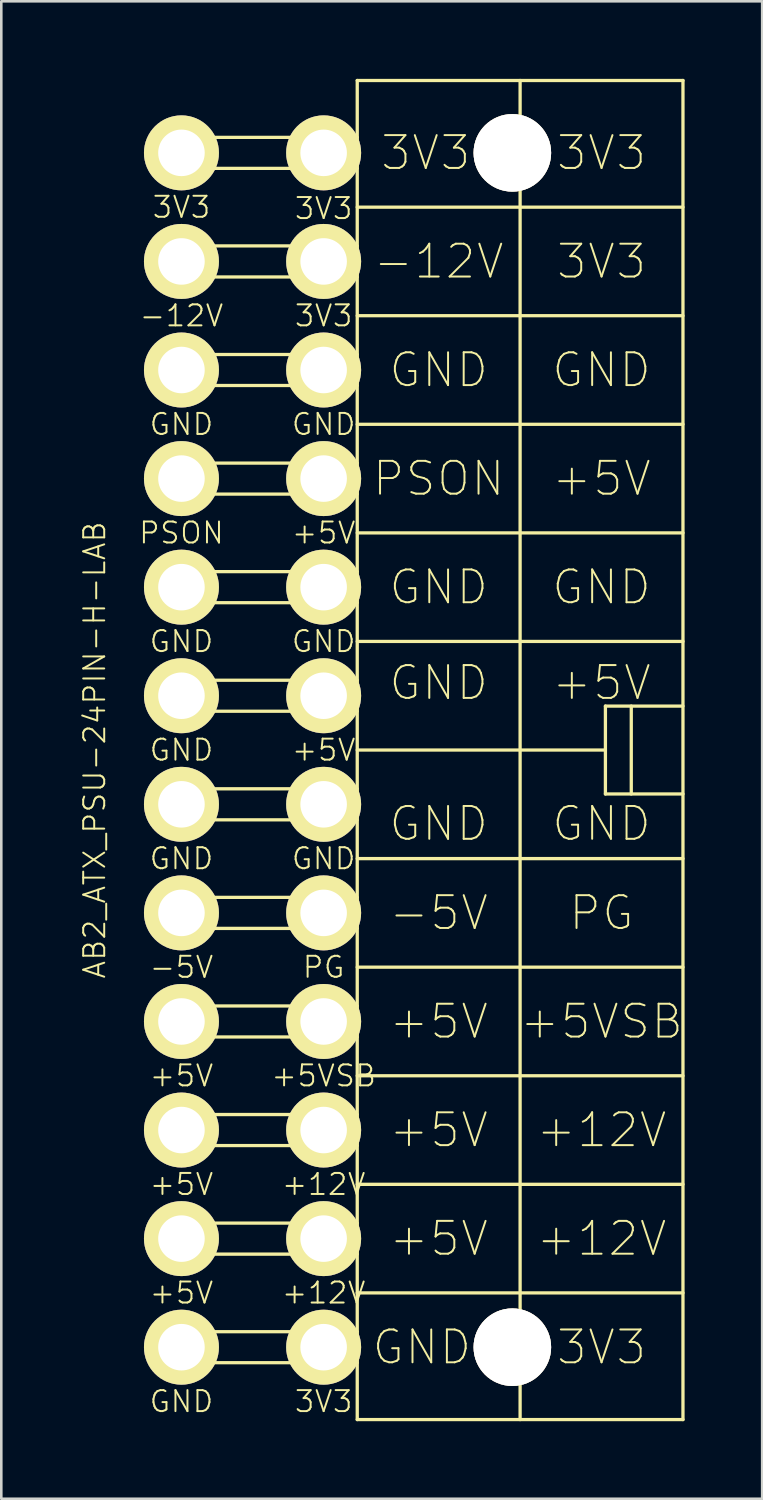
<source format=kicad_pcb>
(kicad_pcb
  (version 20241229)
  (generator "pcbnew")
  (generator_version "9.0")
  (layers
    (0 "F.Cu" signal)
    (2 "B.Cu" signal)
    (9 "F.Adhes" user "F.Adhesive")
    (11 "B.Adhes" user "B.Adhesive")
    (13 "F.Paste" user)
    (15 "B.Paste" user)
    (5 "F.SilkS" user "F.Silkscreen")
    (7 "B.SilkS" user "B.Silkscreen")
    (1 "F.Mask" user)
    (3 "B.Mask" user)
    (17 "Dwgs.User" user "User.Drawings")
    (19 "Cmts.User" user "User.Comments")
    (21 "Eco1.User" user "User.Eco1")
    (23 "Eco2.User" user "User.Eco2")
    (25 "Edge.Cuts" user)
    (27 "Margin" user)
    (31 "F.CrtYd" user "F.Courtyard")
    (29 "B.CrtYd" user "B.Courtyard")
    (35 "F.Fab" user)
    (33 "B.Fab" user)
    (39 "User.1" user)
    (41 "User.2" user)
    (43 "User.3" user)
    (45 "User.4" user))
  (footprint "AB2_ATX_PSU-24PIN-H-LAB"
    (layer "F.Cu")
    (at 10.769 25.963)
    (property "Reference" "AB2_ATX_PSU-24PIN-H-LAB" (at -10.16 0 90) (layer "F.SilkS") (effects (font (size 0.813 0.813) (thickness 0.076))))
    (attr through_hole)
    (fp_line (start 0 -25.9) (end 12.6 -25.9) (stroke (width 0.127) (type solid)) (layer "F.SilkS"))
    (fp_line (start 0 -23.7) (end -6.8 -23.7) (stroke (width 0.127) (type solid)) (layer "F.SilkS"))
    (fp_line (start 0 -22.5) (end -6.8 -22.5) (stroke (width 0.127) (type solid)) (layer "F.SilkS"))
    (fp_line (start 0 -21) (end 12.6 -21) (stroke (width 0.127) (type solid)) (layer "F.SilkS"))
    (fp_line (start 0 -19.5) (end -6.8 -19.5) (stroke (width 0.127) (type solid)) (layer "F.SilkS"))
    (fp_line (start 0 -18.3) (end -6.8 -18.3) (stroke (width 0.127) (type solid)) (layer "F.SilkS"))
    (fp_line (start 0 -16.8) (end 12.6 -16.8) (stroke (width 0.127) (type solid)) (layer "F.SilkS"))
    (fp_line (start 0 -15.3) (end -6.8 -15.3) (stroke (width 0.127) (type solid)) (layer "F.SilkS"))
    (fp_line (start 0 -14.1) (end -6.8 -14.1) (stroke (width 0.127) (type solid)) (layer "F.SilkS"))
    (fp_line (start 0 -12.6) (end 12.6 -12.6) (stroke (width 0.127) (type solid)) (layer "F.SilkS"))
    (fp_line (start 0 -11.1) (end -6.8 -11.1) (stroke (width 0.127) (type solid)) (layer "F.SilkS"))
    (fp_line (start 0 -9.9) (end -6.8 -9.9) (stroke (width 0.127) (type solid)) (layer "F.SilkS"))
    (fp_line (start 0 -8.4) (end 12.6 -8.4) (stroke (width 0.127) (type solid)) (layer "F.SilkS"))
    (fp_line (start 0 -6.9) (end -6.8 -6.9) (stroke (width 0.127) (type solid)) (layer "F.SilkS"))
    (fp_line (start 0 -5.7) (end -6.8 -5.7) (stroke (width 0.127) (type solid)) (layer "F.SilkS"))
    (fp_line (start 0 -4.2) (end 12.6 -4.2) (stroke (width 0.127) (type solid)) (layer "F.SilkS"))
    (fp_line (start 0 -2.7) (end -6.8 -2.7) (stroke (width 0.127) (type solid)) (layer "F.SilkS"))
    (fp_line (start 0 -1.5) (end -6.8 -1.5) (stroke (width 0.127) (type solid)) (layer "F.SilkS"))
    (fp_line (start 0 0) (end 9.6 0) (stroke (width 0.127) (type solid)) (layer "F.SilkS"))
    (fp_line (start 0 1.5) (end -6.8 1.5) (stroke (width 0.127) (type solid)) (layer "F.SilkS"))
    (fp_line (start 0 2.7) (end -6.8 2.7) (stroke (width 0.127) (type solid)) (layer "F.SilkS"))
    (fp_line (start 0 4.2) (end 12.6 4.2) (stroke (width 0.127) (type solid)) (layer "F.SilkS"))
    (fp_line (start 0 5.7) (end -6.8 5.7) (stroke (width 0.127) (type solid)) (layer "F.SilkS"))
    (fp_line (start 0 6.9) (end -6.8 6.9) (stroke (width 0.127) (type solid)) (layer "F.SilkS"))
    (fp_line (start 0 8.4) (end 12.6 8.4) (stroke (width 0.127) (type solid)) (layer "F.SilkS"))
    (fp_line (start 0 9.9) (end -6.8 9.9) (stroke (width 0.127) (type solid)) (layer "F.SilkS"))
    (fp_line (start 0 11.1) (end -6.8 11.1) (stroke (width 0.127) (type solid)) (layer "F.SilkS"))
    (fp_line (start 0 12.6) (end 12.6 12.6) (stroke (width 0.127) (type solid)) (layer "F.SilkS"))
    (fp_line (start 0 14.1) (end -6.8 14.1) (stroke (width 0.127) (type solid)) (layer "F.SilkS"))
    (fp_line (start 0 15.3) (end -6.8 15.3) (stroke (width 0.127) (type solid)) (layer "F.SilkS"))
    (fp_line (start 0 16.8) (end 12.6 16.8) (stroke (width 0.127) (type solid)) (layer "F.SilkS"))
    (fp_line (start 0 18.3) (end -6.8 18.3) (stroke (width 0.127) (type solid)) (layer "F.SilkS"))
    (fp_line (start 0 19.5) (end -6.8 19.5) (stroke (width 0.127) (type solid)) (layer "F.SilkS"))
    (fp_line (start 0 21) (end 12.6 21) (stroke (width 0.127) (type solid)) (layer "F.SilkS"))
    (fp_line (start 0 22.5) (end -6.8 22.5) (stroke (width 0.127) (type solid)) (layer "F.SilkS"))
    (fp_line (start 0 23.7) (end -6.8 23.7) (stroke (width 0.127) (type solid)) (layer "F.SilkS"))
    (fp_line (start 0 25.9) (end 0 -25.9) (stroke (width 0.127) (type solid)) (layer "F.SilkS"))
    (fp_line (start 6.3 -25.9) (end 6.3 25.9) (stroke (width 0.127) (type solid)) (layer "F.SilkS"))
    (fp_line (start 9.6 -1.7) (end 9.6 1.7) (stroke (width 0.127) (type solid)) (layer "F.SilkS"))
    (fp_line (start 9.6 1.7) (end 12.6 1.7) (stroke (width 0.127) (type solid)) (layer "F.SilkS"))
    (fp_line (start 10.6 1.7) (end 10.6 -1.7) (stroke (width 0.127) (type solid)) (layer "F.SilkS"))
    (fp_line (start 12.6 -25.9) (end 12.6 25.9) (stroke (width 0.127) (type solid)) (layer "F.SilkS"))
    (fp_line (start 12.6 -1.7) (end 9.6 -1.7) (stroke (width 0.127) (type solid)) (layer "F.SilkS"))
    (fp_line (start 12.6 25.9) (end 0 25.9) (stroke (width 0.127) (type solid)) (layer "F.SilkS"))
    (fp_arc (start -7.4 -23.1) (mid -7.224264 -23.524264) (end -6.8 -23.7) (stroke (width 0.127) (type solid)) (layer "F.SilkS"))
    (fp_arc (start -7.4 -18.9) (mid -7.224264 -19.324264) (end -6.8 -19.5) (stroke (width 0.127) (type solid)) (layer "F.SilkS"))
    (fp_arc (start -7.4 -14.7) (mid -7.224264 -15.124264) (end -6.8 -15.3) (stroke (width 0.127) (type solid)) (layer "F.SilkS"))
    (fp_arc (start -7.4 -10.5) (mid -7.224264 -10.924264) (end -6.8 -11.1) (stroke (width 0.127) (type solid)) (layer "F.SilkS"))
    (fp_arc (start -7.4 -6.3) (mid -7.224264 -6.724264) (end -6.8 -6.9) (stroke (width 0.127) (type solid)) (layer "F.SilkS"))
    (fp_arc (start -7.4 -2.1) (mid -7.224264 -2.524264) (end -6.8 -2.7) (stroke (width 0.127) (type solid)) (layer "F.SilkS"))
    (fp_arc (start -7.4 2.1) (mid -7.224264 1.675736) (end -6.8 1.5) (stroke (width 0.127) (type solid)) (layer "F.SilkS"))
    (fp_arc (start -7.4 6.3) (mid -7.224264 5.875736) (end -6.8 5.7) (stroke (width 0.127) (type solid)) (layer "F.SilkS"))
    (fp_arc (start -7.4 10.5) (mid -7.224264 10.075736) (end -6.8 9.9) (stroke (width 0.127) (type solid)) (layer "F.SilkS"))
    (fp_arc (start -7.4 14.7) (mid -7.224264 14.275736) (end -6.8 14.1) (stroke (width 0.127) (type solid)) (layer "F.SilkS"))
    (fp_arc (start -7.4 18.9) (mid -7.224264 18.475736) (end -6.8 18.3) (stroke (width 0.127) (type solid)) (layer "F.SilkS"))
    (fp_arc (start -7.4 23.1) (mid -7.224264 22.675736) (end -6.8 22.5) (stroke (width 0.127) (type solid)) (layer "F.SilkS"))
    (fp_arc (start -6.8 -22.5) (mid -7.224264 -22.675736) (end -7.4 -23.1) (stroke (width 0.127) (type solid)) (layer "F.SilkS"))
    (fp_arc (start -6.8 -18.3) (mid -7.224264 -18.475736) (end -7.4 -18.9) (stroke (width 0.127) (type solid)) (layer "F.SilkS"))
    (fp_arc (start -6.8 -14.1) (mid -7.224264 -14.275736) (end -7.4 -14.7) (stroke (width 0.127) (type solid)) (layer "F.SilkS"))
    (fp_arc (start -6.8 -9.9) (mid -7.224264 -10.075736) (end -7.4 -10.5) (stroke (width 0.127) (type solid)) (layer "F.SilkS"))
    (fp_arc (start -6.8 -5.7) (mid -7.224264 -5.875736) (end -7.4 -6.3) (stroke (width 0.127) (type solid)) (layer "F.SilkS"))
    (fp_arc (start -6.8 -1.5) (mid -7.224264 -1.675736) (end -7.4 -2.1) (stroke (width 0.127) (type solid)) (layer "F.SilkS"))
    (fp_arc (start -6.8 2.7) (mid -7.224264 2.524264) (end -7.4 2.1) (stroke (width 0.127) (type solid)) (layer "F.SilkS"))
    (fp_arc (start -6.8 6.9) (mid -7.224264 6.724264) (end -7.4 6.3) (stroke (width 0.127) (type solid)) (layer "F.SilkS"))
    (fp_arc (start -6.8 11.1) (mid -7.224264 10.924264) (end -7.4 10.5) (stroke (width 0.127) (type solid)) (layer "F.SilkS"))
    (fp_arc (start -6.8 15.3) (mid -7.224264 15.124264) (end -7.4 14.7) (stroke (width 0.127) (type solid)) (layer "F.SilkS"))
    (fp_arc (start -6.8 19.5) (mid -7.224264 19.324264) (end -7.4 18.9) (stroke (width 0.127) (type solid)) (layer "F.SilkS"))
    (fp_arc (start -6.8 23.7) (mid -7.224264 23.524264) (end -7.4 23.1) (stroke (width 0.127) (type solid)) (layer "F.SilkS"))
    (fp_arc (start -1.9 -23.1) (mid -1.724264 -23.524264) (end -1.3 -23.7) (stroke (width 0.127) (type solid)) (layer "F.SilkS"))
    (fp_arc (start -1.9 -18.9) (mid -1.724264 -19.324264) (end -1.3 -19.5) (stroke (width 0.127) (type solid)) (layer "F.SilkS"))
    (fp_arc (start -1.9 -14.7) (mid -1.724264 -15.124264) (end -1.3 -15.3) (stroke (width 0.127) (type solid)) (layer "F.SilkS"))
    (fp_arc (start -1.9 -10.5) (mid -1.724264 -10.924264) (end -1.3 -11.1) (stroke (width 0.127) (type solid)) (layer "F.SilkS"))
    (fp_arc (start -1.9 -6.3) (mid -1.724264 -6.724264) (end -1.3 -6.9) (stroke (width 0.127) (type solid)) (layer "F.SilkS"))
    (fp_arc (start -1.9 -2.1) (mid -1.724264 -2.524264) (end -1.3 -2.7) (stroke (width 0.127) (type solid)) (layer "F.SilkS"))
    (fp_arc (start -1.9 2.1) (mid -1.724264 1.675736) (end -1.3 1.5) (stroke (width 0.127) (type solid)) (layer "F.SilkS"))
    (fp_arc (start -1.9 6.3) (mid -1.724264 5.875736) (end -1.3 5.7) (stroke (width 0.127) (type solid)) (layer "F.SilkS"))
    (fp_arc (start -1.9 10.5) (mid -1.724264 10.075736) (end -1.3 9.9) (stroke (width 0.127) (type solid)) (layer "F.SilkS"))
    (fp_arc (start -1.9 14.7) (mid -1.724264 14.275736) (end -1.3 14.1) (stroke (width 0.127) (type solid)) (layer "F.SilkS"))
    (fp_arc (start -1.9 18.9) (mid -1.724264 18.475736) (end -1.3 18.3) (stroke (width 0.127) (type solid)) (layer "F.SilkS"))
    (fp_arc (start -1.9 23.1) (mid -1.724264 22.675736) (end -1.3 22.5) (stroke (width 0.127) (type solid)) (layer "F.SilkS"))
    (fp_arc (start -1.3 -22.5) (mid -1.724264 -22.675736) (end -1.9 -23.1) (stroke (width 0.127) (type solid)) (layer "F.SilkS"))
    (fp_arc (start -1.3 -18.3) (mid -1.724264 -18.475736) (end -1.9 -18.9) (stroke (width 0.127) (type solid)) (layer "F.SilkS"))
    (fp_arc (start -1.3 -14.1) (mid -1.724264 -14.275736) (end -1.9 -14.7) (stroke (width 0.127) (type solid)) (layer "F.SilkS"))
    (fp_arc (start -1.3 -9.9) (mid -1.724264 -10.075736) (end -1.9 -10.5) (stroke (width 0.127) (type solid)) (layer "F.SilkS"))
    (fp_arc (start -1.3 -5.7) (mid -1.724264 -5.875736) (end -1.9 -6.3) (stroke (width 0.127) (type solid)) (layer "F.SilkS"))
    (fp_arc (start -1.3 -1.5) (mid -1.724264 -1.675736) (end -1.9 -2.1) (stroke (width 0.127) (type solid)) (layer "F.SilkS"))
    (fp_arc (start -1.3 2.7) (mid -1.724264 2.524264) (end -1.9 2.1) (stroke (width 0.127) (type solid)) (layer "F.SilkS"))
    (fp_arc (start -1.3 6.9) (mid -1.724264 6.724264) (end -1.9 6.3) (stroke (width 0.127) (type solid)) (layer "F.SilkS"))
    (fp_arc (start -1.3 11.1) (mid -1.724264 10.924264) (end -1.9 10.5) (stroke (width 0.127) (type solid)) (layer "F.SilkS"))
    (fp_arc (start -1.3 15.3) (mid -1.724264 15.124264) (end -1.9 14.7) (stroke (width 0.127) (type solid)) (layer "F.SilkS"))
    (fp_arc (start -1.3 19.5) (mid -1.724264 19.324264) (end -1.9 18.9) (stroke (width 0.127) (type solid)) (layer "F.SilkS"))
    (fp_arc (start -1.3 23.7) (mid -1.724264 23.524264) (end -1.9 23.1) (stroke (width 0.127) (type solid)) (layer "F.SilkS"))
    (fp_text user "+5VSB" (at 9.45 10.5 0) (layer "F.SilkS") (effects (font (size 1.27 1.27) (thickness 0.076))))
    (fp_text user "+5V" (at 3.15 18.9 0) (layer "F.SilkS") (effects (font (size 1.27 1.27) (thickness 0.076))))
    (fp_text user "+5V" (at -1.3 0 0) (layer "F.SilkS") (effects (font (size 0.813 0.813) (thickness 0.076))))
    (fp_text user "+12V" (at 9.45 14.7 0) (layer "F.SilkS") (effects (font (size 1.27 1.27) (thickness 0.076))))
    (fp_text user "GND" (at -1.3 -4.2 0) (layer "F.SilkS") (effects (font (size 0.813 0.813) (thickness 0.076))))
    (fp_text user "GND" (at 3.15 -2.6 0) (layer "F.SilkS") (effects (font (size 1.27 1.27) (thickness 0.076))))
    (fp_text user "PG" (at 9.45 6.3 0) (layer "F.SilkS") (effects (font (size 1.27 1.27) (thickness 0.076))))
    (fp_text user "GND" (at 2.5 23.1 0) (layer "F.SilkS") (effects (font (size 1.27 1.27) (thickness 0.076))))
    (fp_text user "+12V" (at -1.3 16.8 0) (layer "F.SilkS") (effects (font (size 0.813 0.813) (thickness 0.076))))
    (fp_text user "GND" (at -6.8 -12.6 0) (layer "F.SilkS") (effects (font (size 0.813 0.813) (thickness 0.076))))
    (fp_text user "GND" (at -6.8 25.2 0) (layer "F.SilkS") (effects (font (size 0.813 0.813) (thickness 0.076))))
    (fp_text user "GND" (at 9.45 -14.7 0) (layer "F.SilkS") (effects (font (size 1.27 1.27) (thickness 0.076))))
    (fp_text user "+5V" (at 9.45 -10.5 0) (layer "F.SilkS") (effects (font (size 1.27 1.27) (thickness 0.076))))
    (fp_text user "GND" (at 9.45 -6.3 0) (layer "F.SilkS") (effects (font (size 1.27 1.27) (thickness 0.076))))
    (fp_text user "GND" (at -1.3 4.2 0) (layer "F.SilkS") (effects (font (size 0.813 0.813) (thickness 0.076))))
    (fp_text user "+5V" (at -6.8 12.6 0) (layer "F.SilkS") (effects (font (size 0.813 0.813) (thickness 0.076))))
    (fp_text user "+5V" (at -1.3 -8.4 0) (layer "F.SilkS") (effects (font (size 0.813 0.813) (thickness 0.076))))
    (fp_text user "GND" (at -1.3 -12.6 0) (layer "F.SilkS") (effects (font (size 0.813 0.813) (thickness 0.076))))
    (fp_text user "GND" (at -6.8 -4.2 0) (layer "F.SilkS") (effects (font (size 0.813 0.813) (thickness 0.076))))
    (fp_text user "+12V" (at 9.45 18.9 0) (layer "F.SilkS") (effects (font (size 1.27 1.27) (thickness 0.076))))
    (fp_text user "+5V" (at 3.15 14.7 0) (layer "F.SilkS") (effects (font (size 1.27 1.27) (thickness 0.076))))
    (fp_text user "GND" (at 3.15 2.85 0) (layer "F.SilkS") (effects (font (size 1.27 1.27) (thickness 0.076))))
    (fp_text user "3V3" (at -1.3 25.2 0) (layer "F.SilkS") (effects (font (size 0.813 0.813) (thickness 0.076))))
    (fp_text user "+5V" (at -6.8 21 0) (layer "F.SilkS") (effects (font (size 0.813 0.813) (thickness 0.076))))
    (fp_text user "+5V" (at 9.45 -2.6 0) (layer "F.SilkS") (effects (font (size 1.27 1.27) (thickness 0.076))))
    (fp_text user "GND" (at 3.15 -14.7 0) (layer "F.SilkS") (effects (font (size 1.27 1.27) (thickness 0.076))))
    (fp_text user "3V3" (at 9.45 23.1 0) (layer "F.SilkS") (effects (font (size 1.27 1.27) (thickness 0.076))))
    (fp_text user "GND" (at -6.8 4.2 0) (layer "F.SilkS") (effects (font (size 0.813 0.813) (thickness 0.076))))
    (fp_text user "+5V" (at 3.15 10.5 0) (layer "F.SilkS") (effects (font (size 1.27 1.27) (thickness 0.076))))
    (fp_text user "3V3" (at 9.45 -18.9 180) (layer "F.SilkS") (effects (font (size 1.27 1.27) (thickness 0.076))))
    (fp_text user "GND" (at 3.15 -6.3 0) (layer "F.SilkS") (effects (font (size 1.27 1.27) (thickness 0.076))))
    (fp_text user "3V3" (at -6.8 -21 0) (layer "F.SilkS") (effects (font (size 0.813 0.813) (thickness 0.076))))
    (fp_text user "3V3" (at 9.45 -23.1 180) (layer "F.SilkS") (effects (font (size 1.27 1.27) (thickness 0.076))))
    (fp_text user "PSON" (at 3.15 -10.5 0) (layer "F.SilkS") (effects (font (size 1.27 1.27) (thickness 0.076))))
    (fp_text user "PSON" (at -6.8 -8.4 0) (layer "F.SilkS") (effects (font (size 0.813 0.813) (thickness 0.076))))
    (fp_text user "+12V" (at -1.3 21 0) (layer "F.SilkS") (effects (font (size 0.813 0.813) (thickness 0.076))))
    (fp_text user "-5V" (at 3.15 6.3 0) (layer "F.SilkS") (effects (font (size 1.27 1.27) (thickness 0.076))))
    (fp_text user "3V3" (at -1.3 -20.95 0) (layer "F.SilkS") (effects (font (size 0.813 0.813) (thickness 0.076))))
    (fp_text user "-12V" (at -6.8 -16.8 0) (layer "F.SilkS") (effects (font (size 0.813 0.813) (thickness 0.076))))
    (fp_text user "+5V" (at -6.8 16.8 0) (layer "F.SilkS") (effects (font (size 0.813 0.813) (thickness 0.076))))
    (fp_text user "3V3" (at -1.3 -16.8 0) (layer "F.SilkS") (effects (font (size 0.813 0.813) (thickness 0.076))))
    (fp_text user "-12V" (at 3.15 -18.9 0) (layer "F.SilkS") (effects (font (size 1.27 1.27) (thickness 0.076))))
    (fp_text user "+5VSB" (at -1.3 12.6 0) (layer "F.SilkS") (effects (font (size 0.813 0.813) (thickness 0.076))))
    (fp_text user "GND" (at -6.8 0 0) (layer "F.SilkS") (effects (font (size 0.813 0.813) (thickness 0.076))))
    (fp_text user "3V3" (at 2.65 -23.1 180) (layer "F.SilkS") (effects (font (size 1.27 1.27) (thickness 0.076))))
    (fp_text user "GND" (at 9.45 2.85 0) (layer "F.SilkS") (effects (font (size 1.27 1.27) (thickness 0.076))))
    (fp_text user "-5V" (at -6.8 8.4 0) (layer "F.SilkS") (effects (font (size 0.813 0.813) (thickness 0.076))))
    (fp_text user "PG" (at -1.3 8.4 0) (layer "F.SilkS") (effects (font (size 0.813 0.813) (thickness 0.076))))
    (pad "" thru_hole circle (at 6 -23.1 90) (size 3 3) (drill 3) (layers "*.Cu" "*.Mask" "F.SilkS"))
    (pad "" thru_hole circle (at 6 23.1 90) (size 3 3) (drill 3) (layers "*.Cu" "*.Mask" "F.SilkS"))
    (pad "1" thru_hole circle (at -1.3 -23.1 90) (size 2.9 2.9) (drill 1.8) (layers "*.Cu" "*.Mask" "F.SilkS"))
    (pad "2" thru_hole circle (at -1.3 -18.9 90) (size 2.9 2.9) (drill 1.8) (layers "*.Cu" "*.Mask" "F.SilkS"))
    (pad "3" thru_hole circle (at -1.3 -14.7 90) (size 2.9 2.9) (drill 1.8) (layers "*.Cu" "*.Mask" "F.SilkS"))
    (pad "4" thru_hole circle (at -1.3 -10.5 90) (size 2.9 2.9) (drill 1.8) (layers "*.Cu" "*.Mask" "F.SilkS"))
    (pad "5" thru_hole circle (at -1.3 -6.3 90) (size 2.9 2.9) (drill 1.8) (layers "*.Cu" "*.Mask" "F.SilkS"))
    (pad "6" thru_hole circle (at -1.3 -2.1 90) (size 2.9 2.9) (drill 1.8) (layers "*.Cu" "*.Mask" "F.SilkS"))
    (pad "7" thru_hole circle (at -1.3 2.1 90) (size 2.9 2.9) (drill 1.8) (layers "*.Cu" "*.Mask" "F.SilkS"))
    (pad "8" thru_hole circle (at -1.3 6.3 90) (size 2.9 2.9) (drill 1.8) (layers "*.Cu" "*.Mask" "F.SilkS"))
    (pad "9" thru_hole circle (at -1.3 10.5 90) (size 2.9 2.9) (drill 1.8) (layers "*.Cu" "*.Mask" "F.SilkS"))
    (pad "10" thru_hole circle (at -1.3 14.7 90) (size 2.9 2.9) (drill 1.8) (layers "*.Cu" "*.Mask" "F.SilkS"))
    (pad "11" thru_hole circle (at -1.3 18.9 90) (size 2.9 2.9) (drill 1.8) (layers "*.Cu" "*.Mask" "F.SilkS"))
    (pad "12" thru_hole circle (at -1.3 23.1 90) (size 2.9 2.9) (drill 1.8) (layers "*.Cu" "*.Mask" "F.SilkS"))
    (pad "13" thru_hole circle (at -6.8 -23.1 90) (size 2.9 2.9) (drill 1.8) (layers "*.Cu" "*.Mask" "F.SilkS"))
    (pad "14" thru_hole circle (at -6.8 -18.9 90) (size 2.9 2.9) (drill 1.8) (layers "*.Cu" "*.Mask" "F.SilkS"))
    (pad "15" thru_hole circle (at -6.8 -14.7 90) (size 2.9 2.9) (drill 1.8) (layers "*.Cu" "*.Mask" "F.SilkS"))
    (pad "16" thru_hole circle (at -6.8 -10.5 90) (size 2.9 2.9) (drill 1.8) (layers "*.Cu" "*.Mask" "F.SilkS"))
    (pad "17" thru_hole circle (at -6.8 -6.3 90) (size 2.9 2.9) (drill 1.8) (layers "*.Cu" "*.Mask" "F.SilkS"))
    (pad "18" thru_hole circle (at -6.8 -2.1 90) (size 2.9 2.9) (drill 1.8) (layers "*.Cu" "*.Mask" "F.SilkS"))
    (pad "19" thru_hole circle (at -6.8 2.1 90) (size 2.9 2.9) (drill 1.8) (layers "*.Cu" "*.Mask" "F.SilkS"))
    (pad "20" thru_hole circle (at -6.8 6.3 90) (size 2.9 2.9) (drill 1.8) (layers "*.Cu" "*.Mask" "F.SilkS"))
    (pad "21" thru_hole circle (at -6.8 10.5 90) (size 2.9 2.9) (drill 1.8) (layers "*.Cu" "*.Mask" "F.SilkS"))
    (pad "22" thru_hole circle (at -6.8 14.7 90) (size 2.9 2.9) (drill 1.8) (layers "*.Cu" "*.Mask" "F.SilkS"))
    (pad "23" thru_hole circle (at -6.8 18.9 90) (size 2.9 2.9) (drill 1.8) (layers "*.Cu" "*.Mask" "F.SilkS"))
    (pad "24" thru_hole circle (at -6.8 23.1 90) (size 2.9 2.9) (drill 1.8) (layers "*.Cu" "*.Mask" "F.SilkS")))
  (gr_rect
    (start -3 -3)
    (end 26.433 54.927)
    (stroke (width 0.1) (type default))
    (fill no)
    (layer "Edge.Cuts")))
</source>
